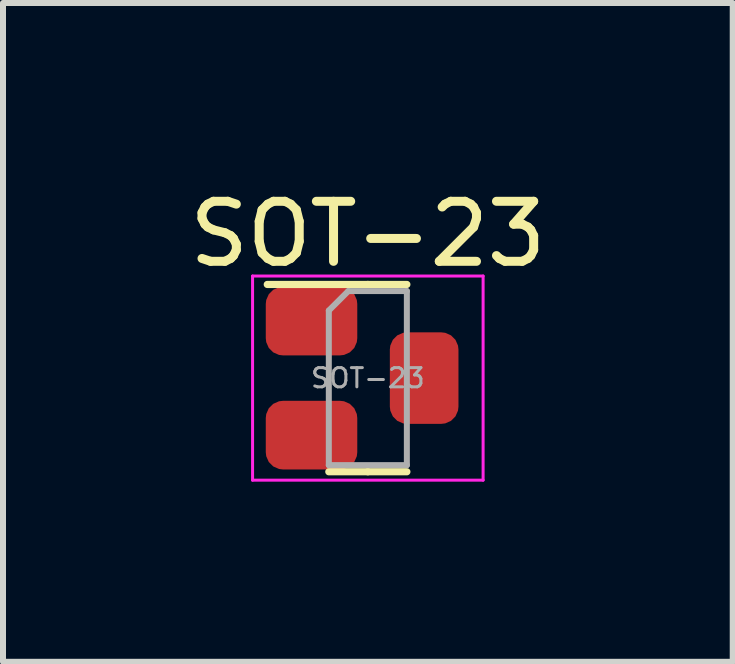
<source format=kicad_pcb>
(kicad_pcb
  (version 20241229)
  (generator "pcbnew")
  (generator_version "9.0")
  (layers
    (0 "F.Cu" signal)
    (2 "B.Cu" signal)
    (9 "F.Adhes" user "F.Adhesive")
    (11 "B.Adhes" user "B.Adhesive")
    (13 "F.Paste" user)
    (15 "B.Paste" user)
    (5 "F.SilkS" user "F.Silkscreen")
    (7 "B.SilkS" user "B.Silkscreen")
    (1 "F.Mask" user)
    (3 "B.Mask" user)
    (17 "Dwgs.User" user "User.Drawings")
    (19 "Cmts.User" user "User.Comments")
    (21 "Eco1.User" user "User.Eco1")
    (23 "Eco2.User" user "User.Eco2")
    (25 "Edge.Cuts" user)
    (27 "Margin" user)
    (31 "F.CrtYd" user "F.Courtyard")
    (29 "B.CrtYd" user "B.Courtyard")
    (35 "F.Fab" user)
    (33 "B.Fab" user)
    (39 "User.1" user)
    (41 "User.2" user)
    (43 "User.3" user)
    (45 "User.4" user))
  (footprint "SOT-23"
    (layer "F.Cu")
    (at 3.077 3.248)
    (property "Reference" "SOT-23" (at 0 -2.4 0) (layer "F.SilkS") (effects (font (size 1 1) (thickness 0.15))))
    (attr smd)
    (fp_line (start 0 -1.56) (end -1.675 -1.56) (stroke (width 0.12) (type solid)) (layer "F.SilkS"))
    (fp_line (start 0 -1.56) (end 0.65 -1.56) (stroke (width 0.12) (type solid)) (layer "F.SilkS"))
    (fp_line (start 0 1.56) (end -0.65 1.56) (stroke (width 0.12) (type solid)) (layer "F.SilkS"))
    (fp_line (start 0 1.56) (end 0.65 1.56) (stroke (width 0.12) (type solid)) (layer "F.SilkS"))
    (fp_line (start -1.92 -1.7) (end -1.92 1.7) (stroke (width 0.05) (type solid)) (layer "F.CrtYd"))
    (fp_line (start -1.92 1.7) (end 1.92 1.7) (stroke (width 0.05) (type solid)) (layer "F.CrtYd"))
    (fp_line (start 1.92 -1.7) (end -1.92 -1.7) (stroke (width 0.05) (type solid)) (layer "F.CrtYd"))
    (fp_line (start 1.92 1.7) (end 1.92 -1.7) (stroke (width 0.05) (type solid)) (layer "F.CrtYd"))
    (fp_line (start -0.65 -1.125) (end -0.325 -1.45) (stroke (width 0.1) (type solid)) (layer "F.Fab"))
    (fp_line (start -0.65 1.45) (end -0.65 -1.125) (stroke (width 0.1) (type solid)) (layer "F.Fab"))
    (fp_line (start -0.325 -1.45) (end 0.65 -1.45) (stroke (width 0.1) (type solid)) (layer "F.Fab"))
    (fp_line (start 0.65 -1.45) (end 0.65 1.45) (stroke (width 0.1) (type solid)) (layer "F.Fab"))
    (fp_line (start 0.65 1.45) (end -0.65 1.45) (stroke (width 0.1) (type solid)) (layer "F.Fab"))
    (fp_text user "${REFERENCE}" (at 0 0 0) (layer "F.Fab") (effects (font (size 0.32 0.32) (thickness 0.05))))
    (pad "1" smd roundrect (at -0.938 -0.95) (size 1.524 1.143) (layers "F.Cu" "F.Mask" "F.Paste") (roundrect_rratio 0.25))
    (pad "2" smd roundrect (at -0.938 0.95) (size 1.524 1.143) (layers "F.Cu" "F.Mask" "F.Paste") (roundrect_rratio 0.25))
    (pad "3" smd roundrect (at 0.938 0) (size 1.143 1.524) (layers "F.Cu" "F.Mask" "F.Paste") (roundrect_rratio 0.25)))
  (gr_rect
    (start -3 -3)
    (end 9.155 7.973)
    (stroke (width 0.1) (type default))
    (fill no)
    (layer "Edge.Cuts")))
</source>
